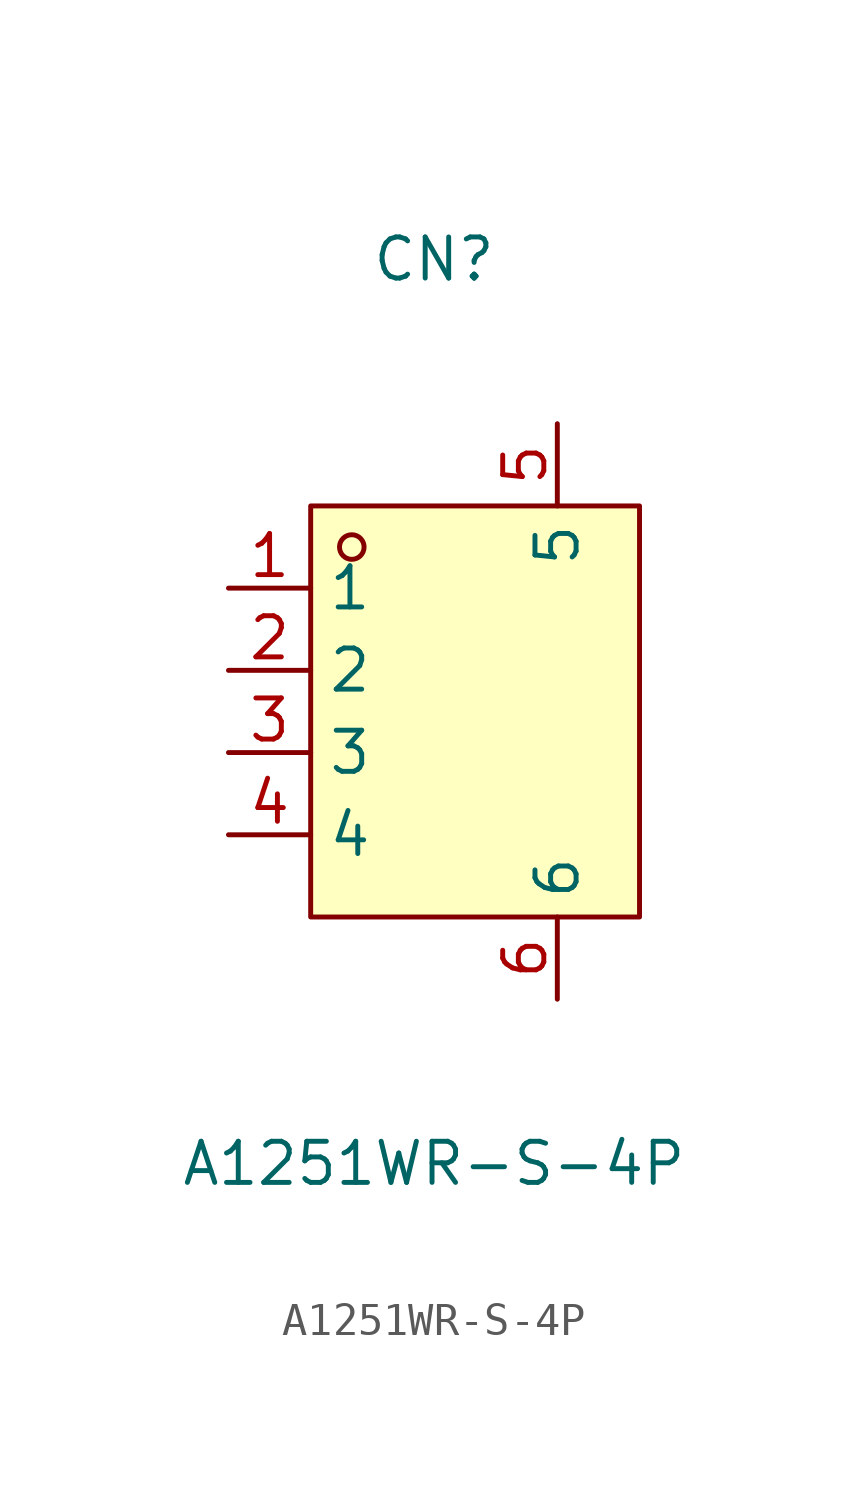
<source format=kicad_sym>
(kicad_symbol_lib
  (version 20211014)
  (generator https://github.com/uPesy/easyeda2kicad.py)
  (symbol "A1251WR-S-4P"
    (property "Reference" "CN"
      (at 0 13.97 0)
      (effects (font (size 1.27 1.27))))
    (property "Value" "A1251WR-S-4P"
      (at 0 -13.97 0)
      (effects (font (size 1.27 1.27))))
    (symbol "A1251WR-S-4P_0_1"
      (rectangle (start -3.81 6.35) (end 6.35 -6.35) (stroke (width 0) (type default) (color 0 0 0 0)) (fill (type background)))
      (circle (center -2.54 5.08) (radius 0.38) (stroke (width 0) (type default) (color 0 0 0 0)) (fill (type none)))
      (pin unspecified line (at 3.81 -8.89 90) (length 2.54) (name "6" (effects (font (size 1.27 1.27)))) (number "6" (effects (font (size 1.27 1.27)))))
      (pin unspecified line (at 3.81 8.89 270) (length 2.54) (name "5" (effects (font (size 1.27 1.27)))) (number "5" (effects (font (size 1.27 1.27)))))
      (pin unspecified line (at -6.35 -3.81 0) (length 2.54) (name "4" (effects (font (size 1.27 1.27)))) (number "4" (effects (font (size 1.27 1.27)))))
      (pin unspecified line (at -6.35 -1.27 0) (length 2.54) (name "3" (effects (font (size 1.27 1.27)))) (number "3" (effects (font (size 1.27 1.27)))))
      (pin unspecified line (at -6.35 1.27 0) (length 2.54) (name "2" (effects (font (size 1.27 1.27)))) (number "2" (effects (font (size 1.27 1.27)))))
      (pin unspecified line (at -6.35 3.81 0) (length 2.54) (name "1" (effects (font (size 1.27 1.27)))) (number "1" (effects (font (size 1.27 1.27))))))))
</source>
